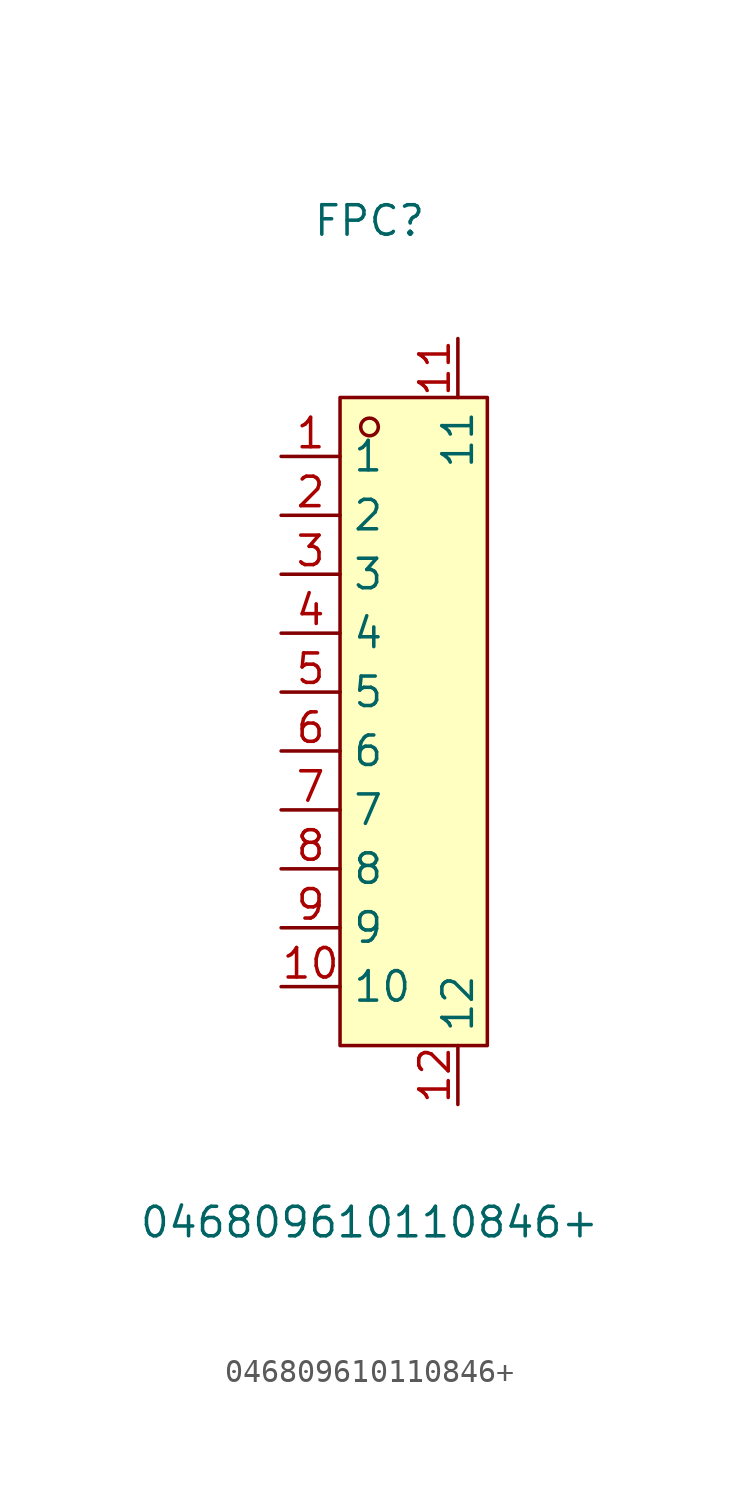
<source format=kicad_sym>
(kicad_symbol_lib
  (version 20211014)
  (generator https://github.com/uPesy/easyeda2kicad.py)
  (symbol "046809610110846+"
    (property "Reference" "FPC"
      (at 0 21.59 0)
      (effects (font (size 1.27 1.27))))
    (property "Value" "046809610110846+"
      (at 0 -21.59 0)
      (effects (font (size 1.27 1.27))))
    (symbol "046809610110846+_0_1"
      (rectangle (start -1.27 13.97) (end 5.08 -13.97) (stroke (width 0) (type default) (color 0 0 0 0)) (fill (type background)))
      (circle (center 0.00 12.70) (radius 0.38) (stroke (width 0) (type default) (color 0 0 0 0)) (fill (type none)))
      (pin unspecified line (at -3.81 11.43 0) (length 2.54) (name "1" (effects (font (size 1.27 1.27)))) (number "1" (effects (font (size 1.27 1.27)))))
      (pin unspecified line (at -3.81 8.89 0) (length 2.54) (name "2" (effects (font (size 1.27 1.27)))) (number "2" (effects (font (size 1.27 1.27)))))
      (pin unspecified line (at -3.81 6.35 0) (length 2.54) (name "3" (effects (font (size 1.27 1.27)))) (number "3" (effects (font (size 1.27 1.27)))))
      (pin unspecified line (at -3.81 3.81 0) (length 2.54) (name "4" (effects (font (size 1.27 1.27)))) (number "4" (effects (font (size 1.27 1.27)))))
      (pin unspecified line (at -3.81 1.27 0) (length 2.54) (name "5" (effects (font (size 1.27 1.27)))) (number "5" (effects (font (size 1.27 1.27)))))
      (pin unspecified line (at -3.81 -1.27 0) (length 2.54) (name "6" (effects (font (size 1.27 1.27)))) (number "6" (effects (font (size 1.27 1.27)))))
      (pin unspecified line (at -3.81 -3.81 0) (length 2.54) (name "7" (effects (font (size 1.27 1.27)))) (number "7" (effects (font (size 1.27 1.27)))))
      (pin unspecified line (at -3.81 -6.35 0) (length 2.54) (name "8" (effects (font (size 1.27 1.27)))) (number "8" (effects (font (size 1.27 1.27)))))
      (pin unspecified line (at -3.81 -8.89 0) (length 2.54) (name "9" (effects (font (size 1.27 1.27)))) (number "9" (effects (font (size 1.27 1.27)))))
      (pin unspecified line (at -3.81 -11.43 0) (length 2.54) (name "10" (effects (font (size 1.27 1.27)))) (number "10" (effects (font (size 1.27 1.27)))))
      (pin unspecified line (at 3.81 16.51 270) (length 2.54) (name "11" (effects (font (size 1.27 1.27)))) (number "11" (effects (font (size 1.27 1.27)))))
      (pin unspecified line (at 3.81 -16.51 90) (length 2.54) (name "12" (effects (font (size 1.27 1.27)))) (number "12" (effects (font (size 1.27 1.27))))))))
</source>
